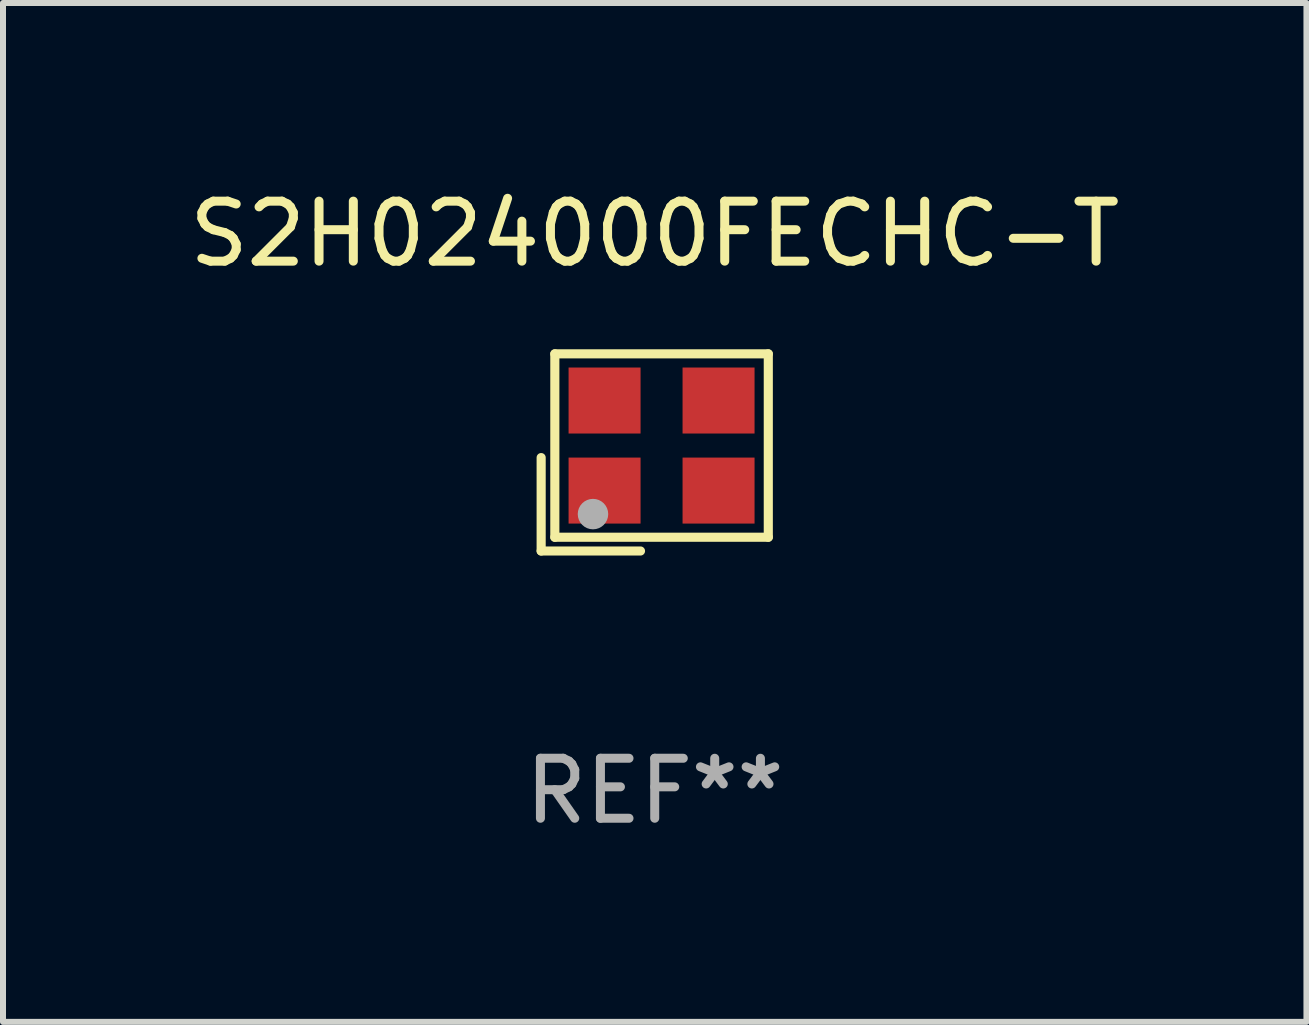
<source format=kicad_pcb>
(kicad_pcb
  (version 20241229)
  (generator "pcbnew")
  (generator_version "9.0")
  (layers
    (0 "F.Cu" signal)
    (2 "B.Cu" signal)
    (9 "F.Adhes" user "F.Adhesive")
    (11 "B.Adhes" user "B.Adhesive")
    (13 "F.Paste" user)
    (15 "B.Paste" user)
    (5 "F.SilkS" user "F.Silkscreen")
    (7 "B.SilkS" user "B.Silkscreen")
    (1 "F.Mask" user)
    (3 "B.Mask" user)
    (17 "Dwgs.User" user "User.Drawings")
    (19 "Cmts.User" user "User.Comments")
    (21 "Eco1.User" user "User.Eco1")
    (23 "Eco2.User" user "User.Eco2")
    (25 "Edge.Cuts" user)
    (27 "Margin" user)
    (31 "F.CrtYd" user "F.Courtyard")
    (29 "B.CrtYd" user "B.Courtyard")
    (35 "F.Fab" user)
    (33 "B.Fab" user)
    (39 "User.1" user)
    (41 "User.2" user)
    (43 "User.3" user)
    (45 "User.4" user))
  (footprint "S2H024000FECHC-T"
    (layer "F.Cu")
    (at 7.863 4.491)
    (property "Reference" "S2H024000FECHC-T" (at 0 -3.643 0) (layer "F.SilkS") (effects (font (size 1 1) (thickness 0.15))))
    (attr through_hole)
    (fp_line (start -1.893 0.086) (end -1.893 1.643) (stroke (width 0.152) (type solid)) (layer "F.SilkS"))
    (fp_line (start -1.893 1.643) (end -0.237 1.643) (stroke (width 0.152) (type solid)) (layer "F.SilkS"))
    (fp_line (start -1.665 -1.643) (end 1.893 -1.643) (stroke (width 0.152) (type solid)) (layer "F.SilkS"))
    (fp_line (start -1.665 1.414) (end -1.665 -1.643) (stroke (width 0.152) (type solid)) (layer "F.SilkS"))
    (fp_line (start 1.893 -1.643) (end 1.893 1.414) (stroke (width 0.152) (type solid)) (layer "F.SilkS"))
    (fp_line (start 1.893 1.414) (end -1.665 1.414) (stroke (width 0.152) (type solid)) (layer "F.SilkS"))
    (fp_circle (center -1.136 0.885) (end -1.106 0.885) (stroke (width 0.06) (type solid)) (fill no) (layer "F.SilkS"))
    (fp_circle (center -1.029 1.028) (end -0.902 1.028) (stroke (width 0.254) (type solid)) (fill no) (layer "F.Fab"))
    (fp_text user "REF**" (at 0 5.643 0) (layer "F.Fab") (effects (font (size 1 1) (thickness 0.15))))
    (pad "1" smd rect (at -0.836 0.636) (size 1.2 1.1) (layers "F.Cu" "F.Mask" "F.Paste"))
    (pad "2" smd rect (at 1.064 0.636) (size 1.2 1.1) (layers "F.Cu" "F.Mask" "F.Paste"))
    (pad "3" smd rect (at 1.064 -0.865) (size 1.2 1.1) (layers "F.Cu" "F.Mask" "F.Paste"))
    (pad "4" smd rect (at -0.836 -0.865) (size 1.2 1.1) (layers "F.Cu" "F.Mask" "F.Paste")))
  (gr_rect
    (start -3 -3)
    (end 18.726 13.983)
    (stroke (width 0.1) (type default))
    (fill no)
    (layer "Edge.Cuts")))
</source>
